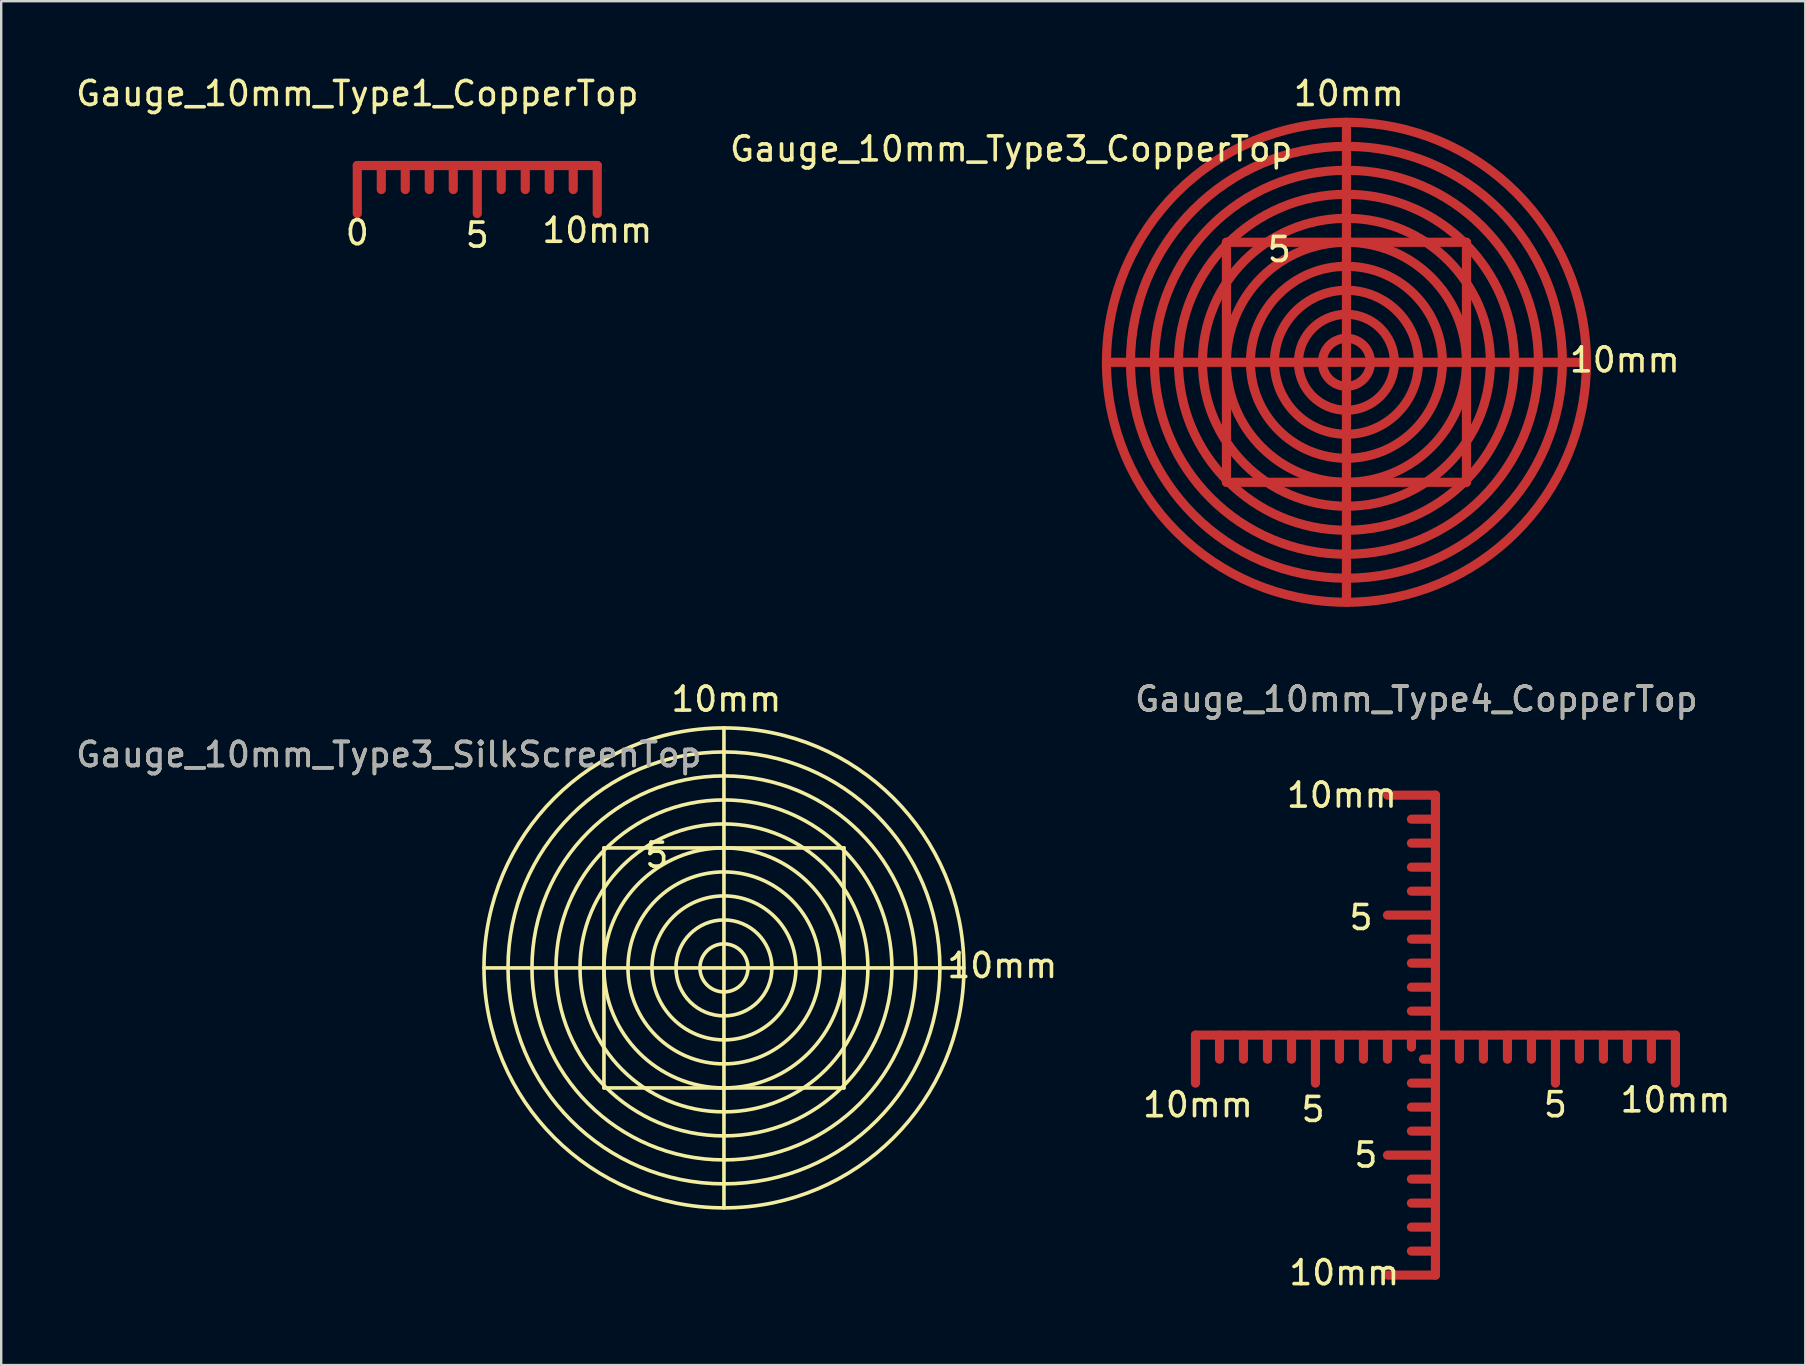
<source format=kicad_pcb>
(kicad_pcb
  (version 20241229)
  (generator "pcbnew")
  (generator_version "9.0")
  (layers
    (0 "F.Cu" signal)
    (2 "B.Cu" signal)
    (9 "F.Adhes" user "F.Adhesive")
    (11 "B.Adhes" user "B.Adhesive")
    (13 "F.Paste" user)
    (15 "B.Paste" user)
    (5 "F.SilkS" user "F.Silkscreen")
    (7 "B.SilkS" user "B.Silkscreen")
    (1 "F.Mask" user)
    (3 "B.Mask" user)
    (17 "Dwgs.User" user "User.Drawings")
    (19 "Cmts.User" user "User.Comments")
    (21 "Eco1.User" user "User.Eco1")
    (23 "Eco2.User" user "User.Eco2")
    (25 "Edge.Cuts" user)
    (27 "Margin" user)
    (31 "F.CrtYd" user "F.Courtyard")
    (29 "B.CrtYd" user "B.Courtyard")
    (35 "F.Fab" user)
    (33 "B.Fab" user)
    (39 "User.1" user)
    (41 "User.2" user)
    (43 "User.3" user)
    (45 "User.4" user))
  (footprint "Gauge_10mm_Type1_CopperTop"
    (layer "F.Cu")
    (at 11.839 3.848)
    (property "Reference" "Gauge_10mm_Type1_CopperTop" (at 0 -3 0) (layer "F.SilkS") (effects (font (size 1 1) (thickness 0.15))))
    (attr exclude_from_pos_files exclude_from_bom)
    (fp_line (start 0 0) (end 0 1.999) (stroke (width 0.381) (type solid)) (layer "F.Cu"))
    (fp_line (start 0 0) (end 10 0) (stroke (width 0.381) (type solid)) (layer "F.Cu"))
    (fp_line (start 1.001 0) (end 1.001 1.001) (stroke (width 0.381) (type solid)) (layer "F.Cu"))
    (fp_line (start 1.999 0) (end 1.999 1.001) (stroke (width 0.381) (type solid)) (layer "F.Cu"))
    (fp_line (start 3 0) (end 3 1.001) (stroke (width 0.381) (type solid)) (layer "F.Cu"))
    (fp_line (start 4 0) (end 4 1.001) (stroke (width 0.381) (type solid)) (layer "F.Cu"))
    (fp_line (start 5.001 0) (end 5.001 1.999) (stroke (width 0.381) (type solid)) (layer "F.Cu"))
    (fp_line (start 5.999 0) (end 5.999 1.001) (stroke (width 0.381) (type solid)) (layer "F.Cu"))
    (fp_line (start 7 0) (end 7 1.001) (stroke (width 0.381) (type solid)) (layer "F.Cu"))
    (fp_line (start 8.001 0) (end 8.001 1.001) (stroke (width 0.381) (type solid)) (layer "F.Cu"))
    (fp_line (start 8.999 0) (end 8.999 1.001) (stroke (width 0.381) (type solid)) (layer "F.Cu"))
    (fp_line (start 10 0) (end 10 1.999) (stroke (width 0.381) (type solid)) (layer "F.Cu"))
    (fp_text user "0" (at 0 2.799 0) (layer "F.SilkS") (effects (font (size 1 1) (thickness 0.15))))
    (fp_text user "5" (at 4.999 2.901 0) (layer "F.SilkS") (effects (font (size 1 1) (thickness 0.15))))
    (fp_text user "10mm" (at 10 2.7 0) (layer "F.SilkS") (effects (font (size 1 1) (thickness 0.15)))))
  (footprint "Gauge_10mm_Type3_CopperTop"
    (layer "F.Cu")
    (at 53.059 12.047)
    (property "Reference" "Gauge_10mm_Type3_CopperTop" (at -13.97 -8.89 0) (layer "F.SilkS") (effects (font (size 1 1) (thickness 0.15))))
    (attr exclude_from_pos_files exclude_from_bom)
    (fp_line (start -5.001 -5.001) (end -5.001 0) (stroke (width 0.381) (type solid)) (layer "F.Cu"))
    (fp_line (start -5.001 5.001) (end -5.001 0) (stroke (width 0.381) (type solid)) (layer "F.Cu"))
    (fp_line (start -1.999 0) (end -10 0) (stroke (width 0.381) (type solid)) (layer "F.Cu"))
    (fp_line (start 0 -5.001) (end -5.001 -5.001) (stroke (width 0.381) (type solid)) (layer "F.Cu"))
    (fp_line (start 0 -5.001) (end 5.001 -5.001) (stroke (width 0.381) (type solid)) (layer "F.Cu"))
    (fp_line (start 0 0) (end -1.999 0) (stroke (width 0.381) (type solid)) (layer "F.Cu"))
    (fp_line (start 0 0) (end 0 -10) (stroke (width 0.381) (type solid)) (layer "F.Cu"))
    (fp_line (start 0 0) (end 0 1.999) (stroke (width 0.381) (type solid)) (layer "F.Cu"))
    (fp_line (start 0 0) (end 10 0) (stroke (width 0.381) (type solid)) (layer "F.Cu"))
    (fp_line (start 0 1.999) (end 0 10) (stroke (width 0.381) (type solid)) (layer "F.Cu"))
    (fp_line (start 0 5.001) (end -5.001 5.001) (stroke (width 0.381) (type solid)) (layer "F.Cu"))
    (fp_line (start 5.001 -5.001) (end 5.001 0) (stroke (width 0.381) (type solid)) (layer "F.Cu"))
    (fp_line (start 5.001 0) (end 5.001 5.001) (stroke (width 0.381) (type solid)) (layer "F.Cu"))
    (fp_line (start 5.001 5.001) (end 0 5.001) (stroke (width 0.381) (type solid)) (layer "F.Cu"))
    (fp_circle (center 0 0) (end 0 -8.999) (stroke (width 0.381) (type solid)) (fill no) (layer "F.Cu"))
    (fp_circle (center 0 0) (end 0 -8.001) (stroke (width 0.381) (type solid)) (fill no) (layer "F.Cu"))
    (fp_circle (center 0 0) (end 0 -7) (stroke (width 0.381) (type solid)) (fill no) (layer "F.Cu"))
    (fp_circle (center 0 0) (end 0 -5.999) (stroke (width 0.381) (type solid)) (fill no) (layer "F.Cu"))
    (fp_circle (center 0 0) (end 0 -4) (stroke (width 0.381) (type solid)) (fill no) (layer "F.Cu"))
    (fp_circle (center 0 0) (end 0 -3) (stroke (width 0.381) (type solid)) (fill no) (layer "F.Cu"))
    (fp_circle (center 0 0) (end 0 -1.999) (stroke (width 0.381) (type solid)) (fill no) (layer "F.Cu"))
    (fp_circle (center 0 0) (end 0 -1.001) (stroke (width 0.381) (type solid)) (fill no) (layer "F.Cu"))
    (fp_circle (center 0 0) (end 5.001 0) (stroke (width 0.381) (type solid)) (fill no) (layer "F.Cu"))
    (fp_circle (center 0 0) (end 10 0) (stroke (width 0.381) (type solid)) (fill no) (layer "F.Cu"))
    (fp_text user "10mm" (at 11.6 -0.099 0) (layer "F.SilkS") (effects (font (size 1 1) (thickness 0.15))))
    (fp_text user "5" (at -2.799 -4.699 0) (layer "F.SilkS") (effects (font (size 1 1) (thickness 0.15))))
    (fp_text user "10mm" (at 0.099 -11.199 0) (layer "F.SilkS") (effects (font (size 1 1) (thickness 0.15)))))
  (footprint "Gauge_10mm_Type3_SilkScreenTop"
    (layer "F.Cu")
    (at 27.119 37.285)
    (property "Reference" "Gauge_10mm_Type3_SilkScreenTop" (at -13.97 -8.89 0) (layer "F.SilkS") (effects (font (size 1 1) (thickness 0.15))))
    (attr exclude_from_pos_files exclude_from_bom)
    (fp_line (start -5.001 -5.001) (end -5.001 0) (stroke (width 0.15) (type solid)) (layer "F.SilkS"))
    (fp_line (start -5.001 5.001) (end -5.001 0) (stroke (width 0.15) (type solid)) (layer "F.SilkS"))
    (fp_line (start -1.999 0) (end -10 0) (stroke (width 0.15) (type solid)) (layer "F.SilkS"))
    (fp_line (start 0 -5.001) (end -5.001 -5.001) (stroke (width 0.15) (type solid)) (layer "F.SilkS"))
    (fp_line (start 0 -5.001) (end 5.001 -5.001) (stroke (width 0.15) (type solid)) (layer "F.SilkS"))
    (fp_line (start 0 0) (end -1.999 0) (stroke (width 0.15) (type solid)) (layer "F.SilkS"))
    (fp_line (start 0 0) (end 0 -10) (stroke (width 0.15) (type solid)) (layer "F.SilkS"))
    (fp_line (start 0 0) (end 0 1.999) (stroke (width 0.15) (type solid)) (layer "F.SilkS"))
    (fp_line (start 0 0) (end 10 0) (stroke (width 0.15) (type solid)) (layer "F.SilkS"))
    (fp_line (start 0 1.999) (end 0 10) (stroke (width 0.15) (type solid)) (layer "F.SilkS"))
    (fp_line (start 0 5.001) (end -5.001 5.001) (stroke (width 0.15) (type solid)) (layer "F.SilkS"))
    (fp_line (start 5.001 -5.001) (end 5.001 0) (stroke (width 0.15) (type solid)) (layer "F.SilkS"))
    (fp_line (start 5.001 0) (end 5.001 5.001) (stroke (width 0.15) (type solid)) (layer "F.SilkS"))
    (fp_line (start 5.001 5.001) (end 0 5.001) (stroke (width 0.15) (type solid)) (layer "F.SilkS"))
    (fp_circle (center 0 0) (end 0 -8.999) (stroke (width 0.15) (type solid)) (fill no) (layer "F.SilkS"))
    (fp_circle (center 0 0) (end 0 -8.001) (stroke (width 0.15) (type solid)) (fill no) (layer "F.SilkS"))
    (fp_circle (center 0 0) (end 0 -7) (stroke (width 0.15) (type solid)) (fill no) (layer "F.SilkS"))
    (fp_circle (center 0 0) (end 0 -5.999) (stroke (width 0.15) (type solid)) (fill no) (layer "F.SilkS"))
    (fp_circle (center 0 0) (end 0 -4) (stroke (width 0.15) (type solid)) (fill no) (layer "F.SilkS"))
    (fp_circle (center 0 0) (end 0 -3) (stroke (width 0.15) (type solid)) (fill no) (layer "F.SilkS"))
    (fp_circle (center 0 0) (end 0 -1.999) (stroke (width 0.15) (type solid)) (fill no) (layer "F.SilkS"))
    (fp_circle (center 0 0) (end 0 -1.001) (stroke (width 0.15) (type solid)) (fill no) (layer "F.SilkS"))
    (fp_circle (center 0 0) (end 5.001 0) (stroke (width 0.15) (type solid)) (fill no) (layer "F.SilkS"))
    (fp_circle (center 0 0) (end 10 0) (stroke (width 0.15) (type solid)) (fill no) (layer "F.SilkS"))
    (fp_text user "10mm" (at 0.099 -11.199 0) (layer "F.SilkS") (effects (font (size 1 1) (thickness 0.15))))
    (fp_text user "10mm" (at 11.6 -0.099 0) (layer "F.SilkS") (effects (font (size 1 1) (thickness 0.15))))
    (fp_text user "5" (at -2.799 -4.699 0) (layer "F.SilkS") (effects (font (size 1 1) (thickness 0.15))))
    (fp_text user "${REFERENCE}" (at -13.97 -8.89 0) (layer "F.Fab") (effects (font (size 1 1) (thickness 0.15)))))
  (footprint "Gauge_10mm_Type4_CopperTop"
    (layer "F.Cu")
    (at 56.769 40.086)
    (property "Reference" "Gauge_10mm_Type4_CopperTop" (at -0.8 -14 0) (layer "F.SilkS") (effects (font (size 1 1) (thickness 0.15))))
    (attr exclude_from_pos_files exclude_from_bom)
    (fp_line (start -10 0) (end -10 1.999) (stroke (width 0.381) (type solid)) (layer "F.Cu"))
    (fp_line (start -8.999 0) (end -8.999 1.001) (stroke (width 0.381) (type solid)) (layer "F.Cu"))
    (fp_line (start -8.001 0) (end -8.001 1.001) (stroke (width 0.381) (type solid)) (layer "F.Cu"))
    (fp_line (start -7 0) (end -7 1.001) (stroke (width 0.381) (type solid)) (layer "F.Cu"))
    (fp_line (start -5.999 0) (end -5.999 1.001) (stroke (width 0.381) (type solid)) (layer "F.Cu"))
    (fp_line (start -5.001 0) (end -5.001 1.999) (stroke (width 0.381) (type solid)) (layer "F.Cu"))
    (fp_line (start -4 0) (end -4 1.001) (stroke (width 0.381) (type solid)) (layer "F.Cu"))
    (fp_line (start -3 0) (end -3 1.001) (stroke (width 0.381) (type solid)) (layer "F.Cu"))
    (fp_line (start -1.999 0) (end -1.999 1.001) (stroke (width 0.381) (type solid)) (layer "F.Cu"))
    (fp_line (start -1.001 0) (end -1.001 0.5) (stroke (width 0.381) (type solid)) (layer "F.Cu"))
    (fp_line (start 0 -10) (end -1.999 -10) (stroke (width 0.381) (type solid)) (layer "F.Cu"))
    (fp_line (start 0 -8.999) (end -1.001 -8.999) (stroke (width 0.381) (type solid)) (layer "F.Cu"))
    (fp_line (start 0 -8.001) (end -1.001 -8.001) (stroke (width 0.381) (type solid)) (layer "F.Cu"))
    (fp_line (start 0 -7) (end -1.001 -7) (stroke (width 0.381) (type solid)) (layer "F.Cu"))
    (fp_line (start 0 -5.999) (end -1.001 -5.999) (stroke (width 0.381) (type solid)) (layer "F.Cu"))
    (fp_line (start 0 -5.001) (end -1.999 -5.001) (stroke (width 0.381) (type solid)) (layer "F.Cu"))
    (fp_line (start 0 -4) (end -1.001 -4) (stroke (width 0.381) (type solid)) (layer "F.Cu"))
    (fp_line (start 0 -3) (end -1.001 -3) (stroke (width 0.381) (type solid)) (layer "F.Cu"))
    (fp_line (start 0 -1.999) (end -1.001 -1.999) (stroke (width 0.381) (type solid)) (layer "F.Cu"))
    (fp_line (start 0 -1.001) (end -1.001 -1.001) (stroke (width 0.381) (type solid)) (layer "F.Cu"))
    (fp_line (start 0 0) (end -10 0) (stroke (width 0.381) (type solid)) (layer "F.Cu"))
    (fp_line (start 0 0) (end 0 -10) (stroke (width 0.381) (type solid)) (layer "F.Cu"))
    (fp_line (start 0 0) (end 0 1.999) (stroke (width 0.381) (type solid)) (layer "F.Cu"))
    (fp_line (start 0 0) (end 10 0) (stroke (width 0.381) (type solid)) (layer "F.Cu"))
    (fp_line (start 0 1.001) (end -0.5 1.001) (stroke (width 0.381) (type solid)) (layer "F.Cu"))
    (fp_line (start 0 1.999) (end -1.001 1.999) (stroke (width 0.381) (type solid)) (layer "F.Cu"))
    (fp_line (start 0 1.999) (end 0 10) (stroke (width 0.381) (type solid)) (layer "F.Cu"))
    (fp_line (start 0 3) (end -1.001 3) (stroke (width 0.381) (type solid)) (layer "F.Cu"))
    (fp_line (start 0 4) (end -1.001 4) (stroke (width 0.381) (type solid)) (layer "F.Cu"))
    (fp_line (start 0 5.001) (end -1.999 5.001) (stroke (width 0.381) (type solid)) (layer "F.Cu"))
    (fp_line (start 0 5.999) (end -1.001 5.999) (stroke (width 0.381) (type solid)) (layer "F.Cu"))
    (fp_line (start 0 7) (end -1.001 7) (stroke (width 0.381) (type solid)) (layer "F.Cu"))
    (fp_line (start 0 8.001) (end -1.001 8.001) (stroke (width 0.381) (type solid)) (layer "F.Cu"))
    (fp_line (start 0 8.999) (end -1.001 8.999) (stroke (width 0.381) (type solid)) (layer "F.Cu"))
    (fp_line (start 0 10) (end -1.999 10) (stroke (width 0.381) (type solid)) (layer "F.Cu"))
    (fp_line (start 1.001 0) (end 1.001 1.001) (stroke (width 0.381) (type solid)) (layer "F.Cu"))
    (fp_line (start 1.999 0) (end 1.999 1.001) (stroke (width 0.381) (type solid)) (layer "F.Cu"))
    (fp_line (start 3 0) (end 3 1.001) (stroke (width 0.381) (type solid)) (layer "F.Cu"))
    (fp_line (start 4 0) (end 4 1.001) (stroke (width 0.381) (type solid)) (layer "F.Cu"))
    (fp_line (start 5.001 0) (end 5.001 1.999) (stroke (width 0.381) (type solid)) (layer "F.Cu"))
    (fp_line (start 5.999 0) (end 5.999 1.001) (stroke (width 0.381) (type solid)) (layer "F.Cu"))
    (fp_line (start 7 0) (end 7 1.001) (stroke (width 0.381) (type solid)) (layer "F.Cu"))
    (fp_line (start 8.001 0) (end 8.001 1.001) (stroke (width 0.381) (type solid)) (layer "F.Cu"))
    (fp_line (start 8.999 0) (end 8.999 1.001) (stroke (width 0.381) (type solid)) (layer "F.Cu"))
    (fp_line (start 10 0) (end 10 1.999) (stroke (width 0.381) (type solid)) (layer "F.Cu"))
    (fp_text user "5" (at -3.101 -4.9 0) (layer "F.SilkS") (effects (font (size 1 1) (thickness 0.15))))
    (fp_text user "5" (at 4.999 2.901 0) (layer "F.SilkS") (effects (font (size 1 1) (thickness 0.15))))
    (fp_text user "5" (at -2.901 4.999 0) (layer "F.SilkS") (effects (font (size 1 1) (thickness 0.15))))
    (fp_text user "10mm" (at 10 2.7 0) (layer "F.SilkS") (effects (font (size 1 1) (thickness 0.15))))
    (fp_text user "10mm" (at -3.8 9.901 0) (layer "F.SilkS") (effects (font (size 1 1) (thickness 0.15))))
    (fp_text user "5" (at -5.1 3.099 0) (layer "F.SilkS") (effects (font (size 1 1) (thickness 0.15))))
    (fp_text user "10mm" (at -3.901 -10 0) (layer "F.SilkS") (effects (font (size 1 1) (thickness 0.15))))
    (fp_text user "10mm" (at -9.898 2.901 0) (layer "F.SilkS") (effects (font (size 1 1) (thickness 0.15))))
    (fp_text user "${REFERENCE}" (at -0.8 -14 0) (layer "F.Fab") (effects (font (size 1 1) (thickness 0.15)))))
  (gr_rect
    (start -3 -3)
    (end 72.18 53.835)
    (stroke (width 0.1) (type default))
    (fill no)
    (layer "Edge.Cuts")))
</source>
